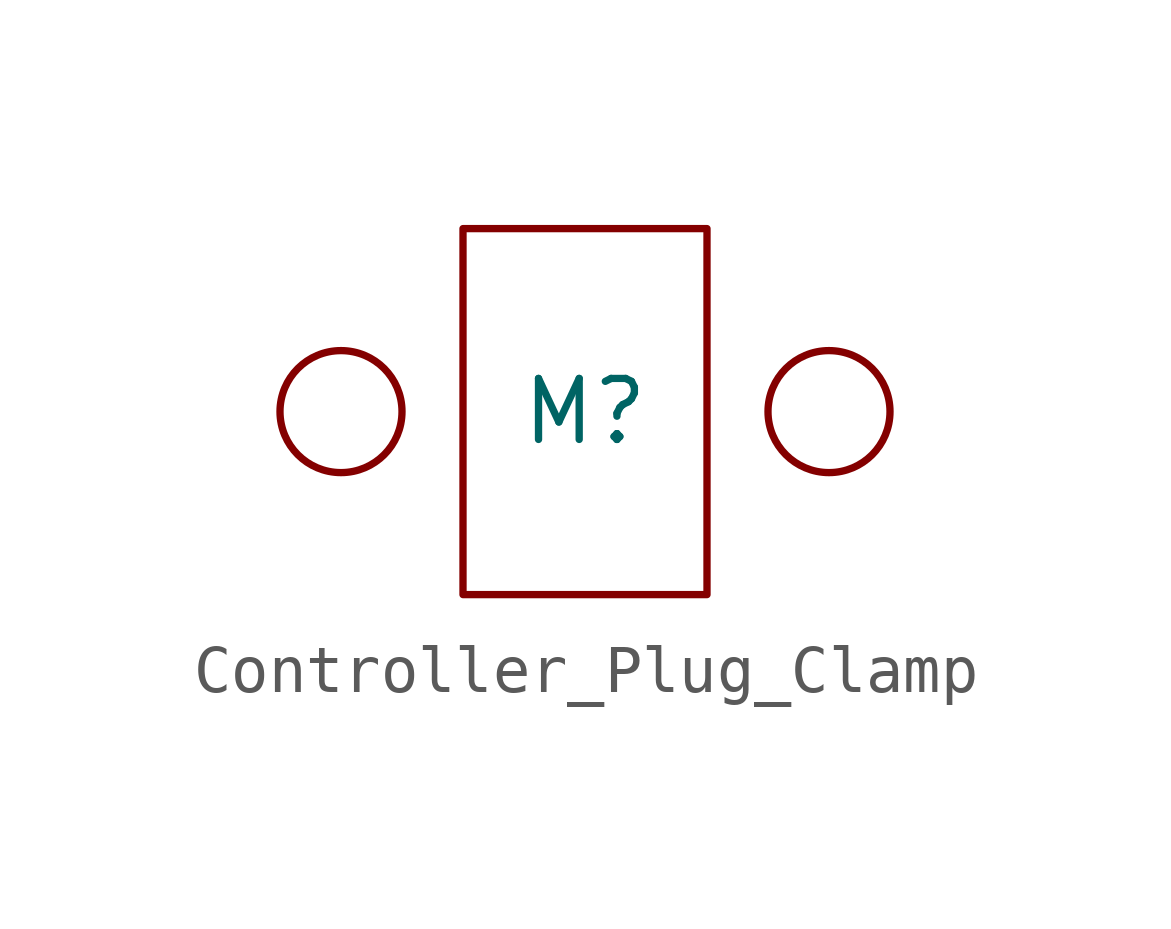
<source format=kicad_sym>
(kicad_symbol_lib
  (version 20220914)
  (generator kicad_symbol_editor)
  (symbol "Controller_Plug_Clamp"
    (property "Reference" "M"
      (at 0 0 0)
      (effects (font (size 1.27 1.27))))
    (property "Value" ""
      (at 0 0 0)
      (effects (font (size 1.27 1.27))))
    (symbol "Controller_Plug_Clamp_0_1"
      (circle (center -5.08 0) (radius 1.27) (stroke (width 0) (type default)) (fill (type none)))
      (rectangle (start -2.54 3.81) (end 2.54 -3.81) (stroke (width 0) (type default)) (fill (type none)))
      (circle (center 5.08 0) (radius 1.27) (stroke (width 0) (type default)) (fill (type none))))))
</source>
